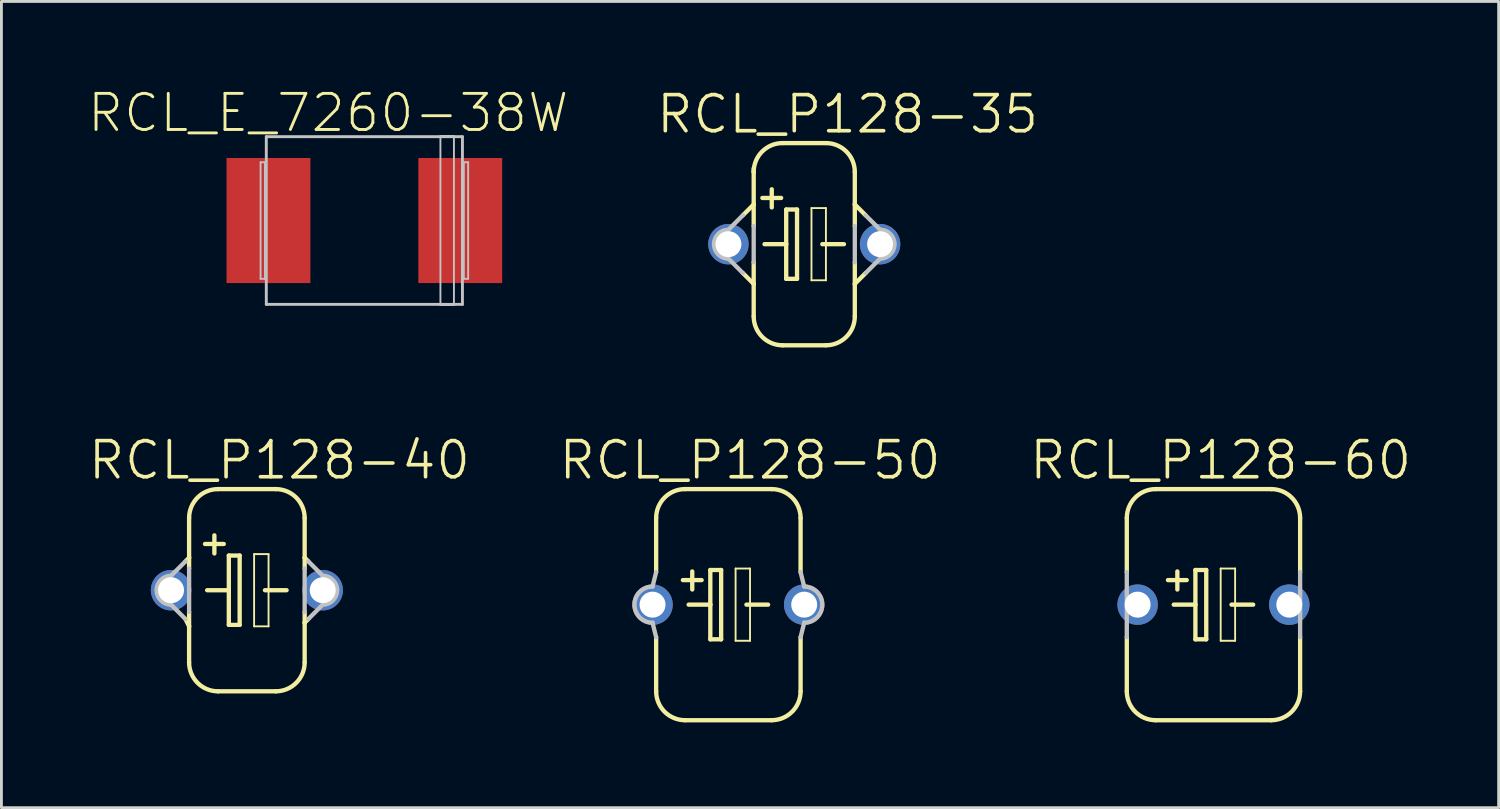
<source format=kicad_pcb>
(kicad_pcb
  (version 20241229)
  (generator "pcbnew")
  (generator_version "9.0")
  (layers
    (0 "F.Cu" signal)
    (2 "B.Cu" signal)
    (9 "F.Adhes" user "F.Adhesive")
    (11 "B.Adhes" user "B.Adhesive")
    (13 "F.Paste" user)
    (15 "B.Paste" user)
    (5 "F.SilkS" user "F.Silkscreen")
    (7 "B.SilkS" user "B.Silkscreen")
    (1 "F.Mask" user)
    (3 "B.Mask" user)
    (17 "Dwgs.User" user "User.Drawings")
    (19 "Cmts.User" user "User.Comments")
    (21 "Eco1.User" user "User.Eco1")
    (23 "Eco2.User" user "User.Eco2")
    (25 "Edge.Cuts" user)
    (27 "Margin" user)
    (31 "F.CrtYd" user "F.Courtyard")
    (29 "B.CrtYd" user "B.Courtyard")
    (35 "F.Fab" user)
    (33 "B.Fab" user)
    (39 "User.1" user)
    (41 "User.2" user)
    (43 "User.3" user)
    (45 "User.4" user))
  (footprint "RCL_E_7260-38W"
    (layer "F.Cu")
    (at 9.765 4.706)
    (property "Reference" "RCL_E_7260-38W" (at -1.273 -3.785 0) (layer "F.SilkS") (effects (font (size 1.27 1.27) (thickness 0.102))))
    (attr smd)
    (fp_line (start -3.65 -2.05) (end -3.498 -2.05) (stroke (width 0.066) (type solid)) (layer "Dwgs.User"))
    (fp_line (start -3.65 2.05) (end -3.65 -2.05) (stroke (width 0.066) (type solid)) (layer "Dwgs.User"))
    (fp_line (start -3.65 2.05) (end -3.498 2.05) (stroke (width 0.066) (type solid)) (layer "Dwgs.User"))
    (fp_line (start -3.498 2.05) (end -3.498 -2.05) (stroke (width 0.066) (type solid)) (layer "Dwgs.User"))
    (fp_line (start -3.449 -2.949) (end 3.449 -2.949) (stroke (width 0.102) (type solid)) (layer "Dwgs.User"))
    (fp_line (start -3.449 2.949) (end -3.449 -2.949) (stroke (width 0.102) (type solid)) (layer "Dwgs.User"))
    (fp_line (start 2.675 -2.974) (end 3.15 -2.974) (stroke (width 0.066) (type solid)) (layer "Dwgs.User"))
    (fp_line (start 2.675 2.974) (end 2.675 -2.974) (stroke (width 0.066) (type solid)) (layer "Dwgs.User"))
    (fp_line (start 2.675 2.974) (end 3.15 2.974) (stroke (width 0.066) (type solid)) (layer "Dwgs.User"))
    (fp_line (start 3.15 2.974) (end 3.15 -2.974) (stroke (width 0.066) (type solid)) (layer "Dwgs.User"))
    (fp_line (start 3.449 -2.949) (end 3.449 2.949) (stroke (width 0.102) (type solid)) (layer "Dwgs.User"))
    (fp_line (start 3.449 2.949) (end -3.449 2.949) (stroke (width 0.102) (type solid)) (layer "Dwgs.User"))
    (fp_line (start 3.498 -2.05) (end 3.65 -2.05) (stroke (width 0.066) (type solid)) (layer "Dwgs.User"))
    (fp_line (start 3.498 2.05) (end 3.498 -2.05) (stroke (width 0.066) (type solid)) (layer "Dwgs.User"))
    (fp_line (start 3.498 2.05) (end 3.65 2.05) (stroke (width 0.066) (type solid)) (layer "Dwgs.User"))
    (fp_line (start 3.65 2.05) (end 3.65 -2.05) (stroke (width 0.066) (type solid)) (layer "Dwgs.User"))
    (pad "+" smd rect (at 3.373 0) (size 2.949 4.399) (layers "F.Cu" "F.Mask" "F.Paste"))
    (pad "-" smd rect (at -3.373 0) (size 2.949 4.399) (layers "F.Cu" "F.Mask" "F.Paste")))
  (footprint "RCL_P128-50"
    (layer "F.Cu")
    (at 22.567 18.216)
    (property "Reference" "RCL_P128-50" (at 0.762 -5.08 0) (layer "F.SilkS") (effects (font (size 1.27 1.27) (thickness 0.127))))
    (attr exclude_from_pos_files exclude_from_bom)
    (fp_line (start -2.54 -3.048) (end -2.54 -1.143) (stroke (width 0.152) (type solid)) (layer "F.SilkS"))
    (fp_line (start -2.54 1.143) (end -2.54 3.048) (stroke (width 0.152) (type solid)) (layer "F.SilkS"))
    (fp_line (start -1.524 4.064) (end 1.524 4.064) (stroke (width 0.152) (type solid)) (layer "F.SilkS"))
    (fp_line (start -1.397 0) (end -0.635 0) (stroke (width 0.152) (type solid)) (layer "F.SilkS"))
    (fp_line (start -1.27 -1.168) (end -1.27 -0.533) (stroke (width 0.152) (type solid)) (layer "F.SilkS"))
    (fp_line (start -0.94 -0.864) (end -1.6 -0.864) (stroke (width 0.152) (type solid)) (layer "F.SilkS"))
    (fp_line (start -0.635 -1.219) (end -0.635 0) (stroke (width 0.152) (type solid)) (layer "F.SilkS"))
    (fp_line (start -0.635 0) (end -0.635 1.219) (stroke (width 0.152) (type solid)) (layer "F.SilkS"))
    (fp_line (start -0.635 1.219) (end -0.254 1.219) (stroke (width 0.152) (type solid)) (layer "F.SilkS"))
    (fp_line (start -0.254 -1.219) (end -0.635 -1.219) (stroke (width 0.152) (type solid)) (layer "F.SilkS"))
    (fp_line (start -0.254 1.219) (end -0.254 -1.219) (stroke (width 0.152) (type solid)) (layer "F.SilkS"))
    (fp_line (start 0.254 -1.27) (end 0.762 -1.27) (stroke (width 0.066) (type solid)) (layer "F.SilkS"))
    (fp_line (start 0.254 1.27) (end 0.254 -1.27) (stroke (width 0.066) (type solid)) (layer "F.SilkS"))
    (fp_line (start 0.254 1.27) (end 0.762 1.27) (stroke (width 0.066) (type solid)) (layer "F.SilkS"))
    (fp_line (start 0.635 0) (end 1.397 0) (stroke (width 0.152) (type solid)) (layer "F.SilkS"))
    (fp_line (start 0.762 1.27) (end 0.762 -1.27) (stroke (width 0.066) (type solid)) (layer "F.SilkS"))
    (fp_line (start 1.524 -4.064) (end -1.524 -4.064) (stroke (width 0.152) (type solid)) (layer "F.SilkS"))
    (fp_line (start 2.54 -3.048) (end 2.54 -1.143) (stroke (width 0.152) (type solid)) (layer "F.SilkS"))
    (fp_line (start 2.54 1.143) (end 2.54 3.048) (stroke (width 0.152) (type solid)) (layer "F.SilkS"))
    (fp_arc (start -2.54 -3.048) (mid -2.24242 -3.76642) (end -1.524 -4.064) (stroke (width 0.1524) (type solid)) (layer "F.SilkS"))
    (fp_arc (start -1.524 4.064) (mid -2.24242 3.76642) (end -2.54 3.048) (stroke (width 0.1524) (type solid)) (layer "F.SilkS"))
    (fp_arc (start 1.524 -4.064) (mid 2.24242 -3.76642) (end 2.54 -3.048) (stroke (width 0.1524) (type solid)) (layer "F.SilkS"))
    (fp_arc (start 2.54 3.048) (mid 2.24242 3.76642) (end 1.524 4.064) (stroke (width 0.1524) (type solid)) (layer "F.SilkS"))
    (fp_line (start -2.667 -0.635) (end -2.54 -1.143) (stroke (width 0.152) (type solid)) (layer "Dwgs.User"))
    (fp_line (start -2.54 1.143) (end -2.667 0.635) (stroke (width 0.152) (type solid)) (layer "Dwgs.User"))
    (fp_line (start 2.54 1.143) (end 2.667 0.635) (stroke (width 0.152) (type solid)) (layer "Dwgs.User"))
    (fp_line (start 2.667 -0.635) (end 2.54 -1.143) (stroke (width 0.152) (type solid)) (layer "Dwgs.User"))
    (fp_arc (start -2.667 0.635) (mid -3.302 0) (end -2.667 -0.635) (stroke (width 0.1524) (type solid)) (layer "Dwgs.User"))
    (fp_arc (start 2.667 -0.635) (mid 3.302 0) (end 2.667 0.635) (stroke (width 0.1524) (type solid)) (layer "Dwgs.User"))
    (pad "+" thru_hole circle (at -2.667 0) (size 1.422 1.422) (drill 0.914) (layers "*.Cu" "*.Paste" "*.Mask"))
    (pad "-" thru_hole circle (at 2.667 0) (size 1.422 1.422) (drill 0.914) (layers "*.Cu" "*.Paste" "*.Mask")))
  (footprint "RCL_P128-35"
    (layer "F.Cu")
    (at 25.236 5.538)
    (property "Reference" "RCL_P128-35" (at 1.524 -4.572 0) (layer "F.SilkS") (effects (font (size 1.27 1.27) (thickness 0.127))))
    (attr exclude_from_pos_files exclude_from_bom)
    (fp_line (start -2.159 -1.016) (end -1.778 -1.397) (stroke (width 0.152) (type solid)) (layer "F.SilkS"))
    (fp_line (start -1.778 -2.667) (end -1.778 -2.54) (stroke (width 0.152) (type solid)) (layer "F.SilkS"))
    (fp_line (start -1.778 -2.54) (end -1.778 -1.397) (stroke (width 0.152) (type solid)) (layer "F.SilkS"))
    (fp_line (start -1.778 -1.397) (end -1.778 -0.635) (stroke (width 0.152) (type solid)) (layer "F.SilkS"))
    (fp_line (start -1.778 0.635) (end -1.778 1.397) (stroke (width 0.152) (type solid)) (layer "F.SilkS"))
    (fp_line (start -1.778 1.397) (end -2.159 1.016) (stroke (width 0.152) (type solid)) (layer "F.SilkS"))
    (fp_line (start -1.778 1.397) (end -1.778 2.54) (stroke (width 0.152) (type solid)) (layer "F.SilkS"))
    (fp_line (start -1.397 0) (end -0.635 0) (stroke (width 0.152) (type solid)) (layer "F.SilkS"))
    (fp_line (start -1.143 -1.93) (end -1.143 -1.293) (stroke (width 0.152) (type solid)) (layer "F.SilkS"))
    (fp_line (start -0.813 -1.626) (end -1.473 -1.626) (stroke (width 0.152) (type solid)) (layer "F.SilkS"))
    (fp_line (start -0.762 3.556) (end 0.762 3.556) (stroke (width 0.152) (type solid)) (layer "F.SilkS"))
    (fp_line (start -0.635 -1.219) (end -0.635 0) (stroke (width 0.152) (type solid)) (layer "F.SilkS"))
    (fp_line (start -0.635 0) (end -0.635 1.219) (stroke (width 0.152) (type solid)) (layer "F.SilkS"))
    (fp_line (start -0.635 1.219) (end -0.254 1.219) (stroke (width 0.152) (type solid)) (layer "F.SilkS"))
    (fp_line (start -0.254 -1.219) (end -0.635 -1.219) (stroke (width 0.152) (type solid)) (layer "F.SilkS"))
    (fp_line (start -0.254 1.219) (end -0.254 -1.219) (stroke (width 0.152) (type solid)) (layer "F.SilkS"))
    (fp_line (start 0.254 -1.27) (end 0.762 -1.27) (stroke (width 0.066) (type solid)) (layer "F.SilkS"))
    (fp_line (start 0.254 1.27) (end 0.254 -1.27) (stroke (width 0.066) (type solid)) (layer "F.SilkS"))
    (fp_line (start 0.254 1.27) (end 0.762 1.27) (stroke (width 0.066) (type solid)) (layer "F.SilkS"))
    (fp_line (start 0.635 0) (end 1.397 0) (stroke (width 0.152) (type solid)) (layer "F.SilkS"))
    (fp_line (start 0.762 -3.556) (end -0.762 -3.556) (stroke (width 0.152) (type solid)) (layer "F.SilkS"))
    (fp_line (start 0.762 1.27) (end 0.762 -1.27) (stroke (width 0.066) (type solid)) (layer "F.SilkS"))
    (fp_line (start 1.778 -2.54) (end 1.778 -1.397) (stroke (width 0.152) (type solid)) (layer "F.SilkS"))
    (fp_line (start 1.778 -1.397) (end 1.778 -0.635) (stroke (width 0.152) (type solid)) (layer "F.SilkS"))
    (fp_line (start 1.778 0.635) (end 1.778 1.397) (stroke (width 0.152) (type solid)) (layer "F.SilkS"))
    (fp_line (start 1.778 1.397) (end 1.778 2.54) (stroke (width 0.152) (type solid)) (layer "F.SilkS"))
    (fp_line (start 1.778 1.397) (end 2.159 1.016) (stroke (width 0.152) (type solid)) (layer "F.SilkS"))
    (fp_line (start 2.159 -1.016) (end 1.778 -1.397) (stroke (width 0.152) (type solid)) (layer "F.SilkS"))
    (fp_arc (start -1.778 -2.54) (mid -1.48042 -3.25842) (end -0.762 -3.556) (stroke (width 0.1524) (type solid)) (layer "F.SilkS"))
    (fp_arc (start -0.762 3.556) (mid -1.48042 3.25842) (end -1.778 2.54) (stroke (width 0.1524) (type solid)) (layer "F.SilkS"))
    (fp_arc (start 0.762 -3.556) (mid 1.48042 -3.25842) (end 1.778 -2.54) (stroke (width 0.1524) (type solid)) (layer "F.SilkS"))
    (fp_arc (start 1.778 2.54) (mid 1.48042 3.25842) (end 0.762 3.556) (stroke (width 0.1524) (type solid)) (layer "F.SilkS"))
    (fp_line (start -2.667 -0.508) (end -2.159 -1.016) (stroke (width 0.152) (type solid)) (layer "Dwgs.User"))
    (fp_line (start -2.159 1.016) (end -2.667 0.508) (stroke (width 0.152) (type solid)) (layer "Dwgs.User"))
    (fp_line (start -1.778 -0.635) (end -1.778 0.635) (stroke (width 0.152) (type solid)) (layer "Dwgs.User"))
    (fp_line (start 1.778 -0.635) (end 1.778 0.635) (stroke (width 0.152) (type solid)) (layer "Dwgs.User"))
    (fp_line (start 2.159 1.016) (end 2.667 0.508) (stroke (width 0.152) (type solid)) (layer "Dwgs.User"))
    (fp_line (start 2.667 -0.508) (end 2.159 -1.016) (stroke (width 0.152) (type solid)) (layer "Dwgs.User"))
    (fp_arc (start -2.667 0.508) (mid -3.175 0) (end -2.667 -0.508) (stroke (width 0.1524) (type solid)) (layer "Dwgs.User"))
    (fp_arc (start 2.667 -0.508) (mid 3.175 0) (end 2.667 0.508) (stroke (width 0.1524) (type solid)) (layer "Dwgs.User"))
    (pad "+" thru_hole circle (at -2.667 0) (size 1.422 1.422) (drill 0.914) (layers "*.Cu" "*.Paste" "*.Mask"))
    (pad "-" thru_hole circle (at 2.667 0) (size 1.422 1.422) (drill 0.914) (layers "*.Cu" "*.Paste" "*.Mask")))
  (footprint "RCL_P128-40"
    (layer "F.Cu")
    (at 5.633 17.708)
    (property "Reference" "RCL_P128-40" (at 1.143 -4.572 0) (layer "F.SilkS") (effects (font (size 1.27 1.27) (thickness 0.127))))
    (attr exclude_from_pos_files exclude_from_bom)
    (fp_line (start -2.159 -1.016) (end -2.032 -1.143) (stroke (width 0.152) (type solid)) (layer "F.SilkS"))
    (fp_line (start -2.032 -2.54) (end -2.032 -1.143) (stroke (width 0.152) (type solid)) (layer "F.SilkS"))
    (fp_line (start -2.032 -1.143) (end -2.032 -0.762) (stroke (width 0.152) (type solid)) (layer "F.SilkS"))
    (fp_line (start -2.032 0.762) (end -2.032 1.27) (stroke (width 0.152) (type solid)) (layer "F.SilkS"))
    (fp_line (start -2.032 1.27) (end -2.159 1.016) (stroke (width 0.152) (type solid)) (layer "F.SilkS"))
    (fp_line (start -2.032 1.27) (end -2.032 2.54) (stroke (width 0.152) (type solid)) (layer "F.SilkS"))
    (fp_line (start -1.397 0) (end -0.635 0) (stroke (width 0.152) (type solid)) (layer "F.SilkS"))
    (fp_line (start -1.143 -1.93) (end -1.143 -1.293) (stroke (width 0.152) (type solid)) (layer "F.SilkS"))
    (fp_line (start -1.016 3.556) (end 1.016 3.556) (stroke (width 0.152) (type solid)) (layer "F.SilkS"))
    (fp_line (start -0.813 -1.626) (end -1.473 -1.626) (stroke (width 0.152) (type solid)) (layer "F.SilkS"))
    (fp_line (start -0.635 -1.219) (end -0.635 0) (stroke (width 0.152) (type solid)) (layer "F.SilkS"))
    (fp_line (start -0.635 0) (end -0.635 1.219) (stroke (width 0.152) (type solid)) (layer "F.SilkS"))
    (fp_line (start -0.635 1.219) (end -0.254 1.219) (stroke (width 0.152) (type solid)) (layer "F.SilkS"))
    (fp_line (start -0.254 -1.219) (end -0.635 -1.219) (stroke (width 0.152) (type solid)) (layer "F.SilkS"))
    (fp_line (start -0.254 1.219) (end -0.254 -1.219) (stroke (width 0.152) (type solid)) (layer "F.SilkS"))
    (fp_line (start 0.254 -1.27) (end 0.762 -1.27) (stroke (width 0.066) (type solid)) (layer "F.SilkS"))
    (fp_line (start 0.254 1.27) (end 0.254 -1.27) (stroke (width 0.066) (type solid)) (layer "F.SilkS"))
    (fp_line (start 0.254 1.27) (end 0.762 1.27) (stroke (width 0.066) (type solid)) (layer "F.SilkS"))
    (fp_line (start 0.635 0) (end 1.397 0) (stroke (width 0.152) (type solid)) (layer "F.SilkS"))
    (fp_line (start 0.762 1.27) (end 0.762 -1.27) (stroke (width 0.066) (type solid)) (layer "F.SilkS"))
    (fp_line (start 1.016 -3.556) (end -1.016 -3.556) (stroke (width 0.152) (type solid)) (layer "F.SilkS"))
    (fp_line (start 2.032 -2.54) (end 2.032 -1.143) (stroke (width 0.152) (type solid)) (layer "F.SilkS"))
    (fp_line (start 2.032 -1.143) (end 2.032 -0.762) (stroke (width 0.152) (type solid)) (layer "F.SilkS"))
    (fp_line (start 2.032 0.762) (end 2.032 1.143) (stroke (width 0.152) (type solid)) (layer "F.SilkS"))
    (fp_line (start 2.032 1.143) (end 2.032 2.54) (stroke (width 0.152) (type solid)) (layer "F.SilkS"))
    (fp_line (start 2.032 1.143) (end 2.159 1.016) (stroke (width 0.152) (type solid)) (layer "F.SilkS"))
    (fp_line (start 2.159 -1.016) (end 2.032 -1.143) (stroke (width 0.152) (type solid)) (layer "F.SilkS"))
    (fp_arc (start -2.032 -2.54) (mid -1.73442 -3.25842) (end -1.016 -3.556) (stroke (width 0.1524) (type solid)) (layer "F.SilkS"))
    (fp_arc (start -1.016 3.556) (mid -1.73442 3.25842) (end -2.032 2.54) (stroke (width 0.1524) (type solid)) (layer "F.SilkS"))
    (fp_arc (start 1.016 -3.556) (mid 1.73442 -3.25842) (end 2.032 -2.54) (stroke (width 0.1524) (type solid)) (layer "F.SilkS"))
    (fp_arc (start 2.032 2.54) (mid 1.73442 3.25842) (end 1.016 3.556) (stroke (width 0.1524) (type solid)) (layer "F.SilkS"))
    (fp_line (start -2.667 -0.508) (end -2.159 -1.016) (stroke (width 0.152) (type solid)) (layer "Dwgs.User"))
    (fp_line (start -2.159 1.016) (end -2.667 0.508) (stroke (width 0.152) (type solid)) (layer "Dwgs.User"))
    (fp_line (start -2.032 -0.762) (end -2.032 0.762) (stroke (width 0.152) (type solid)) (layer "Dwgs.User"))
    (fp_line (start 2.032 -0.762) (end 2.032 0.762) (stroke (width 0.152) (type solid)) (layer "Dwgs.User"))
    (fp_line (start 2.159 1.016) (end 2.667 0.508) (stroke (width 0.152) (type solid)) (layer "Dwgs.User"))
    (fp_line (start 2.667 -0.508) (end 2.159 -1.016) (stroke (width 0.152) (type solid)) (layer "Dwgs.User"))
    (fp_arc (start -2.667 0.508) (mid -3.175 0) (end -2.667 -0.508) (stroke (width 0.1524) (type solid)) (layer "Dwgs.User"))
    (fp_arc (start 2.667 -0.508) (mid 3.175 0) (end 2.667 0.508) (stroke (width 0.1524) (type solid)) (layer "Dwgs.User"))
    (pad "+" thru_hole circle (at -2.667 0) (size 1.422 1.422) (drill 0.914) (layers "*.Cu" "*.Paste" "*.Mask"))
    (pad "-" thru_hole circle (at 2.667 0) (size 1.422 1.422) (drill 0.914) (layers "*.Cu" "*.Paste" "*.Mask")))
  (footprint "RCL_P128-60"
    (layer "F.Cu")
    (at 39.628 18.216)
    (property "Reference" "RCL_P128-60" (at 0.254 -5.08 0) (layer "F.SilkS") (effects (font (size 1.27 1.27) (thickness 0.127))))
    (attr exclude_from_pos_files exclude_from_bom)
    (fp_line (start -3.048 -3.048) (end -3.048 -1.143) (stroke (width 0.152) (type solid)) (layer "F.SilkS"))
    (fp_line (start -3.048 1.143) (end -3.048 3.048) (stroke (width 0.152) (type solid)) (layer "F.SilkS"))
    (fp_line (start -2.032 4.064) (end 2.032 4.064) (stroke (width 0.152) (type solid)) (layer "F.SilkS"))
    (fp_line (start -1.397 0) (end -0.635 0) (stroke (width 0.152) (type solid)) (layer "F.SilkS"))
    (fp_line (start -1.27 -1.168) (end -1.27 -0.533) (stroke (width 0.152) (type solid)) (layer "F.SilkS"))
    (fp_line (start -0.94 -0.864) (end -1.6 -0.864) (stroke (width 0.152) (type solid)) (layer "F.SilkS"))
    (fp_line (start -0.635 -1.219) (end -0.635 0) (stroke (width 0.152) (type solid)) (layer "F.SilkS"))
    (fp_line (start -0.635 0) (end -0.635 1.219) (stroke (width 0.152) (type solid)) (layer "F.SilkS"))
    (fp_line (start -0.635 1.219) (end -0.254 1.219) (stroke (width 0.152) (type solid)) (layer "F.SilkS"))
    (fp_line (start -0.254 -1.219) (end -0.635 -1.219) (stroke (width 0.152) (type solid)) (layer "F.SilkS"))
    (fp_line (start -0.254 1.219) (end -0.254 -1.219) (stroke (width 0.152) (type solid)) (layer "F.SilkS"))
    (fp_line (start 0.254 -1.27) (end 0.762 -1.27) (stroke (width 0.066) (type solid)) (layer "F.SilkS"))
    (fp_line (start 0.254 1.27) (end 0.254 -1.27) (stroke (width 0.066) (type solid)) (layer "F.SilkS"))
    (fp_line (start 0.254 1.27) (end 0.762 1.27) (stroke (width 0.066) (type solid)) (layer "F.SilkS"))
    (fp_line (start 0.635 0) (end 1.397 0) (stroke (width 0.152) (type solid)) (layer "F.SilkS"))
    (fp_line (start 0.762 1.27) (end 0.762 -1.27) (stroke (width 0.066) (type solid)) (layer "F.SilkS"))
    (fp_line (start 2.032 -4.064) (end -2.032 -4.064) (stroke (width 0.152) (type solid)) (layer "F.SilkS"))
    (fp_line (start 3.048 -3.048) (end 3.048 -1.143) (stroke (width 0.152) (type solid)) (layer "F.SilkS"))
    (fp_line (start 3.048 1.143) (end 3.048 3.048) (stroke (width 0.152) (type solid)) (layer "F.SilkS"))
    (fp_arc (start -3.048 -3.048) (mid -2.75042 -3.76642) (end -2.032 -4.064) (stroke (width 0.1524) (type solid)) (layer "F.SilkS"))
    (fp_arc (start -2.032 4.064) (mid -2.75042 3.76642) (end -3.048 3.048) (stroke (width 0.1524) (type solid)) (layer "F.SilkS"))
    (fp_arc (start 2.032 -4.064) (mid 2.75042 -3.76642) (end 3.048 -3.048) (stroke (width 0.1524) (type solid)) (layer "F.SilkS"))
    (fp_arc (start 3.048 3.048) (mid 2.75042 3.76642) (end 2.032 4.064) (stroke (width 0.1524) (type solid)) (layer "F.SilkS"))
    (fp_line (start -3.048 1.143) (end -3.048 -1.143) (stroke (width 0.152) (type solid)) (layer "Dwgs.User"))
    (fp_line (start 3.048 1.143) (end 3.048 -1.143) (stroke (width 0.152) (type solid)) (layer "Dwgs.User"))
    (pad "+" thru_hole circle (at -2.667 0) (size 1.422 1.422) (drill 0.914) (layers "*.Cu" "*.Paste" "*.Mask"))
    (pad "-" thru_hole circle (at 2.667 0) (size 1.422 1.422) (drill 0.914) (layers "*.Cu" "*.Paste" "*.Mask")))
  (gr_rect
    (start -3 -3)
    (end 49.658 25.356)
    (stroke (width 0.1) (type default))
    (fill no)
    (layer "Edge.Cuts")))
</source>
